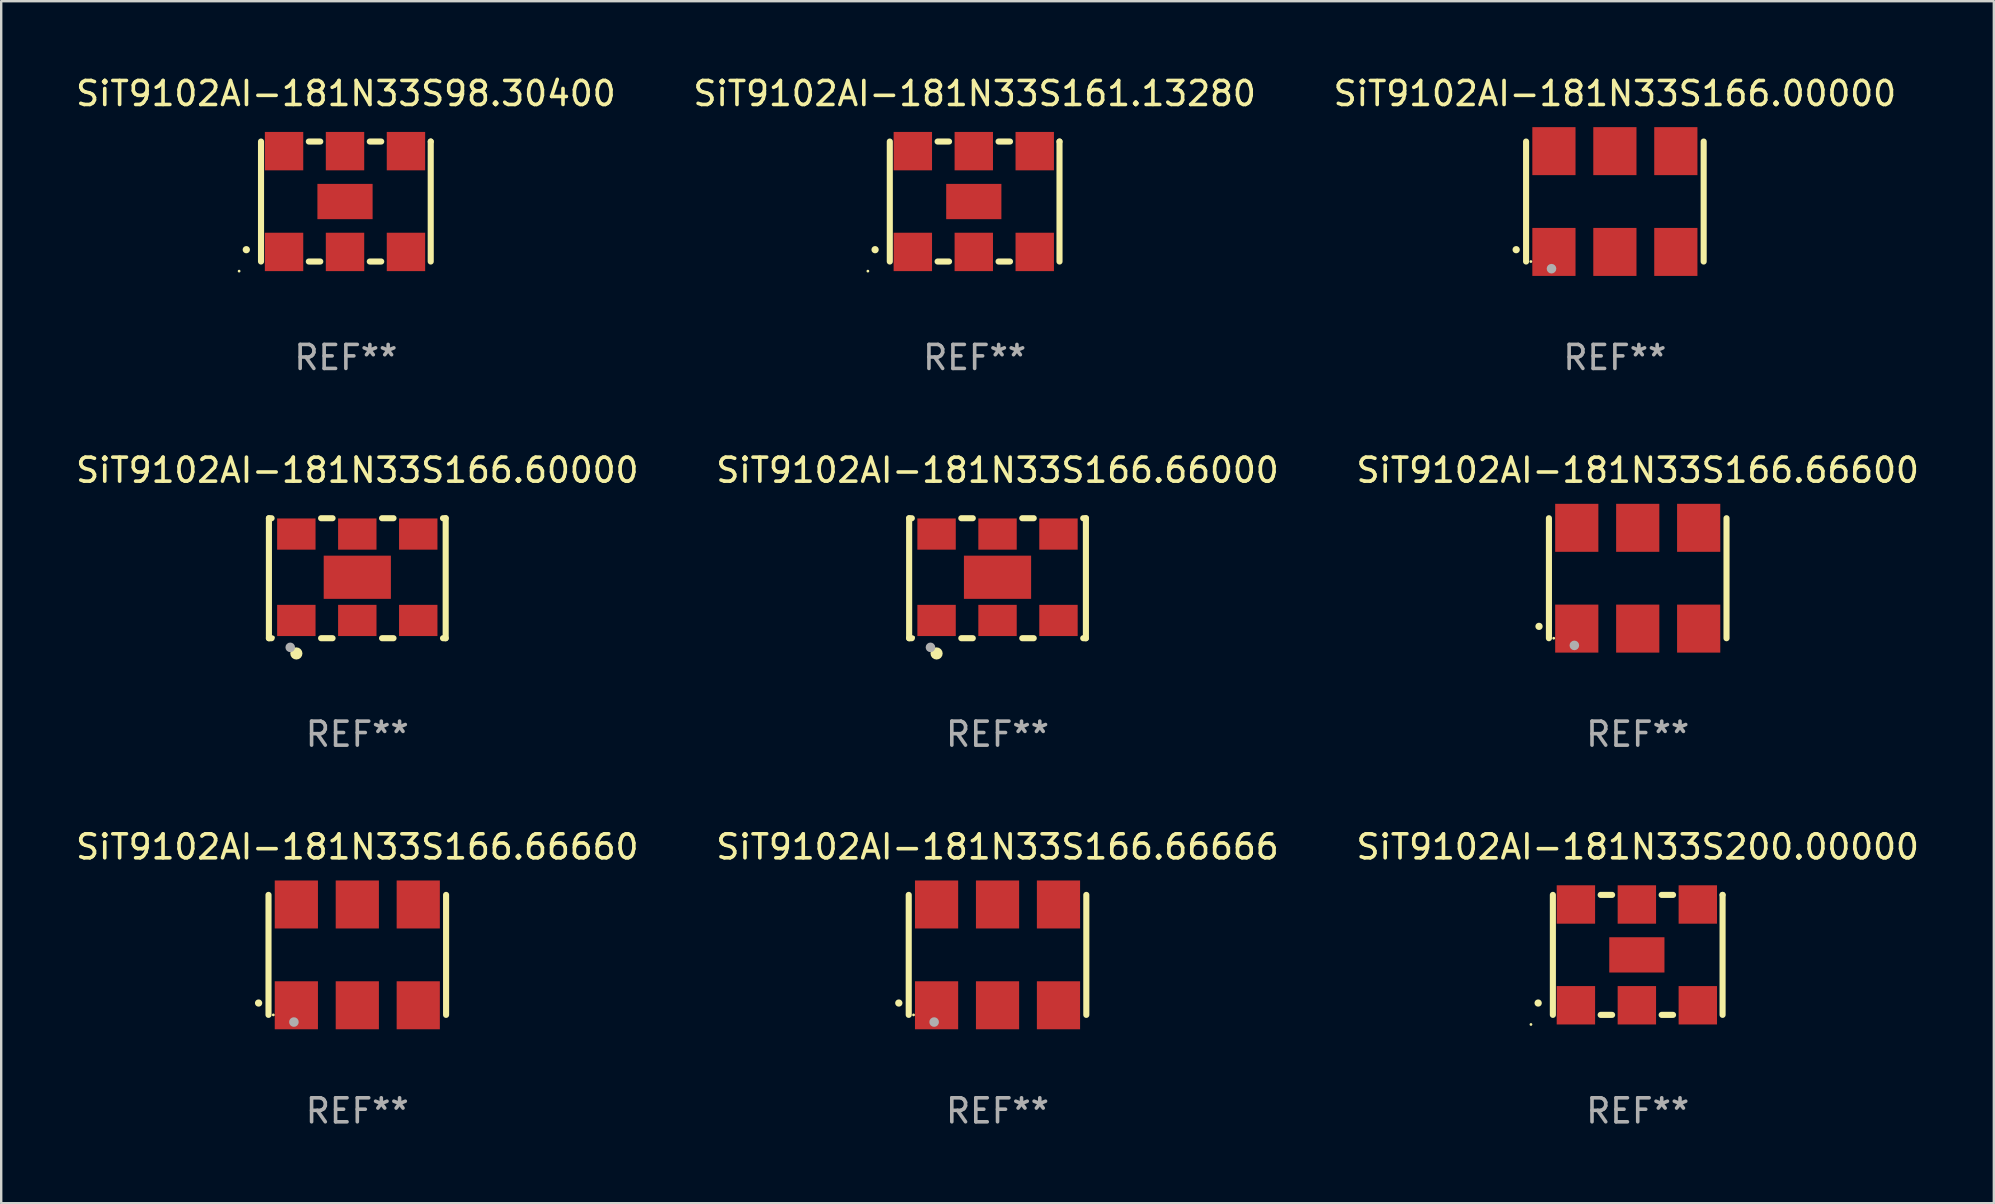
<source format=kicad_pcb>
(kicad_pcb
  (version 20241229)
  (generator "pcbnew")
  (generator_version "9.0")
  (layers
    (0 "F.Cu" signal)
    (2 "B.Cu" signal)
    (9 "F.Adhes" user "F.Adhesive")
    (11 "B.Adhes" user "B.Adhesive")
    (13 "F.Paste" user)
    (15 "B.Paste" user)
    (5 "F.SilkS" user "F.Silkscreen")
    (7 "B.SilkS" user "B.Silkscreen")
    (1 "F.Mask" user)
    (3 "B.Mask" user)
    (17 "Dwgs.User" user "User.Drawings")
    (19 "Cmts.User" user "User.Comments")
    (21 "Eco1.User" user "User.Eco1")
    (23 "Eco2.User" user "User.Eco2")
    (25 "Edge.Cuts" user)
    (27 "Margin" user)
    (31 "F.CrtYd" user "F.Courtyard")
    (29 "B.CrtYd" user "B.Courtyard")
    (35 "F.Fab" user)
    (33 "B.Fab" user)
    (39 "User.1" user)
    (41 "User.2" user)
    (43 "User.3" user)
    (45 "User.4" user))
  (footprint "SiT9102AI-181N33S166.66600"
    (layer "F.Cu")
    (at 65.196 21.045)
    (property "Reference" "SiT9102AI-181N33S166.66600" (at 0 -4.5 0) (layer "F.SilkS") (effects (font (size 1 1) (thickness 0.15))))
    (attr through_hole)
    (fp_line (start -3.7 -2.5) (end -3.7 2.5) (stroke (width 0.254) (type solid)) (layer "F.SilkS"))
    (fp_line (start 3.7 -2.5) (end 3.7 2.5) (stroke (width 0.254) (type solid)) (layer "F.SilkS"))
    (fp_arc (start -4.114415 2.006604) (mid -4.113145 2.006599) (end -4.111875 2.006604) (stroke (width 0.3) (type solid)) (layer "F.SilkS"))
    (fp_circle (center -3.5 2.501) (end -3.47 2.501) (stroke (width 0.06) (type solid)) (fill no) (layer "F.SilkS"))
    (fp_circle (center -2.641 2.799) (end -2.541 2.799) (stroke (width 0.2) (type solid)) (fill no) (layer "F.Fab"))
    (fp_text user "REF**" (at 0 6.5 0) (layer "F.Fab") (effects (font (size 1 1) (thickness 0.15))))
    (pad "1" smd rect (at -2.54 2.1) (size 1.8 2) (layers "F.Cu" "F.Mask" "F.Paste"))
    (pad "2" smd rect (at 0.000394 2.1) (size 1.8 2) (layers "F.Cu" "F.Mask" "F.Paste"))
    (pad "3" smd rect (at 2.54 2.1) (size 1.8 2) (layers "F.Cu" "F.Mask" "F.Paste"))
    (pad "4" smd rect (at 2.54 -2.1) (size 1.8 2) (layers "F.Cu" "F.Mask" "F.Paste"))
    (pad "5" smd rect (at 0.000394 -2.1) (size 1.8 2) (layers "F.Cu" "F.Mask" "F.Paste"))
    (pad "6" smd rect (at -2.54 -2.1) (size 1.8 2) (layers "F.Cu" "F.Mask" "F.Paste")))
  (footprint "SiT9102AI-181N33S166.66000"
    (layer "F.Cu")
    (at 38.518 21.045)
    (property "Reference" "SiT9102AI-181N33S166.66000" (at 0 -4.5 0) (layer "F.SilkS") (effects (font (size 1 1) (thickness 0.15))))
    (attr through_hole)
    (fp_line (start -3.683 -2.5) (end -3.571 -2.5) (stroke (width 0.254) (type solid)) (layer "F.SilkS"))
    (fp_line (start -3.683 2.5) (end -3.683 -2.5) (stroke (width 0.254) (type solid)) (layer "F.SilkS"))
    (fp_line (start -3.683 2.5) (end -3.571 2.5) (stroke (width 0.254) (type solid)) (layer "F.SilkS"))
    (fp_line (start -1.509 -2.5) (end -1.031 -2.5) (stroke (width 0.254) (type solid)) (layer "F.SilkS"))
    (fp_line (start -1.509 2.5) (end -1.031 2.5) (stroke (width 0.254) (type solid)) (layer "F.SilkS"))
    (fp_line (start 1.031 -2.5) (end 1.509 -2.5) (stroke (width 0.254) (type solid)) (layer "F.SilkS"))
    (fp_line (start 1.031 2.5) (end 1.509 2.5) (stroke (width 0.254) (type solid)) (layer "F.SilkS"))
    (fp_line (start 3.571 -2.5) (end 3.683 -2.5) (stroke (width 0.254) (type solid)) (layer "F.SilkS"))
    (fp_line (start 3.571 2.5) (end 3.683 2.5) (stroke (width 0.254) (type solid)) (layer "F.SilkS"))
    (fp_line (start 3.683 2.5) (end 3.683 -2.5) (stroke (width 0.254) (type solid)) (layer "F.SilkS"))
    (fp_circle (center -3.5 2.46) (end -3.47 2.46) (stroke (width 0.06) (type solid)) (fill no) (layer "F.SilkS"))
    (fp_circle (center -2.54 3.135) (end -2.413 3.135) (stroke (width 0.254) (type solid)) (fill no) (layer "F.SilkS"))
    (fp_circle (center -2.794 2.881) (end -2.694 2.881) (stroke (width 0.2) (type solid)) (fill no) (layer "F.Fab"))
    (fp_text user "REF**" (at 0 6.5 0) (layer "F.Fab") (effects (font (size 1 1) (thickness 0.15))))
    (pad "1" smd rect (at -2.54 1.76) (size 1.6 1.3) (layers "F.Cu" "F.Mask" "F.Paste"))
    (pad "2" smd rect (at 0 1.76) (size 1.6 1.3) (layers "F.Cu" "F.Mask" "F.Paste"))
    (pad "3" smd rect (at 2.54 1.76) (size 1.6 1.3) (layers "F.Cu" "F.Mask" "F.Paste"))
    (pad "4" smd rect (at 2.54 -1.84) (size 1.6 1.3) (layers "F.Cu" "F.Mask" "F.Paste"))
    (pad "5" smd rect (at 0 -1.84) (size 1.6 1.3) (layers "F.Cu" "F.Mask" "F.Paste"))
    (pad "6" smd rect (at -2.54 -1.84) (size 1.6 1.3) (layers "F.Cu" "F.Mask" "F.Paste"))
    (pad "7" smd rect (at 0 -0.04) (size 2.8 1.8) (layers "F.Cu" "F.Mask" "F.Paste")))
  (footprint "SiT9102AI-181N33S166.66660"
    (layer "F.Cu")
    (at 11.839 36.741)
    (property "Reference" "SiT9102AI-181N33S166.66660" (at 0 -4.5 0) (layer "F.SilkS") (effects (font (size 1 1) (thickness 0.15))))
    (attr through_hole)
    (fp_line (start -3.7 -2.5) (end -3.7 2.5) (stroke (width 0.254) (type solid)) (layer "F.SilkS"))
    (fp_line (start 3.7 -2.5) (end 3.7 2.5) (stroke (width 0.254) (type solid)) (layer "F.SilkS"))
    (fp_arc (start -4.114415 2.006604) (mid -4.113145 2.006599) (end -4.111875 2.006604) (stroke (width 0.3) (type solid)) (layer "F.SilkS"))
    (fp_circle (center -3.5 2.501) (end -3.47 2.501) (stroke (width 0.06) (type solid)) (fill no) (layer "F.SilkS"))
    (fp_circle (center -2.641 2.799) (end -2.541 2.799) (stroke (width 0.2) (type solid)) (fill no) (layer "F.Fab"))
    (fp_text user "REF**" (at 0 6.5 0) (layer "F.Fab") (effects (font (size 1 1) (thickness 0.15))))
    (pad "1" smd rect (at -2.54 2.1) (size 1.8 2) (layers "F.Cu" "F.Mask" "F.Paste"))
    (pad "2" smd rect (at 0.000394 2.1) (size 1.8 2) (layers "F.Cu" "F.Mask" "F.Paste"))
    (pad "3" smd rect (at 2.54 2.1) (size 1.8 2) (layers "F.Cu" "F.Mask" "F.Paste"))
    (pad "4" smd rect (at 2.54 -2.1) (size 1.8 2) (layers "F.Cu" "F.Mask" "F.Paste"))
    (pad "5" smd rect (at 0.000394 -2.1) (size 1.8 2) (layers "F.Cu" "F.Mask" "F.Paste"))
    (pad "6" smd rect (at -2.54 -2.1) (size 1.8 2) (layers "F.Cu" "F.Mask" "F.Paste")))
  (footprint "SiT9102AI-181N33S166.60000"
    (layer "F.Cu")
    (at 11.839 21.045)
    (property "Reference" "SiT9102AI-181N33S166.60000" (at 0 -4.5 0) (layer "F.SilkS") (effects (font (size 1 1) (thickness 0.15))))
    (attr through_hole)
    (fp_line (start -3.683 -2.5) (end -3.571 -2.5) (stroke (width 0.254) (type solid)) (layer "F.SilkS"))
    (fp_line (start -3.683 2.5) (end -3.683 -2.5) (stroke (width 0.254) (type solid)) (layer "F.SilkS"))
    (fp_line (start -3.683 2.5) (end -3.571 2.5) (stroke (width 0.254) (type solid)) (layer "F.SilkS"))
    (fp_line (start -1.509 -2.5) (end -1.031 -2.5) (stroke (width 0.254) (type solid)) (layer "F.SilkS"))
    (fp_line (start -1.509 2.5) (end -1.031 2.5) (stroke (width 0.254) (type solid)) (layer "F.SilkS"))
    (fp_line (start 1.031 -2.5) (end 1.509 -2.5) (stroke (width 0.254) (type solid)) (layer "F.SilkS"))
    (fp_line (start 1.031 2.5) (end 1.509 2.5) (stroke (width 0.254) (type solid)) (layer "F.SilkS"))
    (fp_line (start 3.571 -2.5) (end 3.683 -2.5) (stroke (width 0.254) (type solid)) (layer "F.SilkS"))
    (fp_line (start 3.571 2.5) (end 3.683 2.5) (stroke (width 0.254) (type solid)) (layer "F.SilkS"))
    (fp_line (start 3.683 2.5) (end 3.683 -2.5) (stroke (width 0.254) (type solid)) (layer "F.SilkS"))
    (fp_circle (center -3.5 2.46) (end -3.47 2.46) (stroke (width 0.06) (type solid)) (fill no) (layer "F.SilkS"))
    (fp_circle (center -2.54 3.135) (end -2.413 3.135) (stroke (width 0.254) (type solid)) (fill no) (layer "F.SilkS"))
    (fp_circle (center -2.794 2.881) (end -2.694 2.881) (stroke (width 0.2) (type solid)) (fill no) (layer "F.Fab"))
    (fp_text user "REF**" (at 0 6.5 0) (layer "F.Fab") (effects (font (size 1 1) (thickness 0.15))))
    (pad "1" smd rect (at -2.54 1.76) (size 1.6 1.3) (layers "F.Cu" "F.Mask" "F.Paste"))
    (pad "2" smd rect (at 0 1.76) (size 1.6 1.3) (layers "F.Cu" "F.Mask" "F.Paste"))
    (pad "3" smd rect (at 2.54 1.76) (size 1.6 1.3) (layers "F.Cu" "F.Mask" "F.Paste"))
    (pad "4" smd rect (at 2.54 -1.84) (size 1.6 1.3) (layers "F.Cu" "F.Mask" "F.Paste"))
    (pad "5" smd rect (at 0 -1.84) (size 1.6 1.3) (layers "F.Cu" "F.Mask" "F.Paste"))
    (pad "6" smd rect (at -2.54 -1.84) (size 1.6 1.3) (layers "F.Cu" "F.Mask" "F.Paste"))
    (pad "7" smd rect (at 0 -0.04) (size 2.8 1.8) (layers "F.Cu" "F.Mask" "F.Paste")))
  (footprint "SiT9102AI-181N33S166.00000"
    (layer "F.Cu")
    (at 64.244 5.348)
    (property "Reference" "SiT9102AI-181N33S166.00000" (at 0 -4.5 0) (layer "F.SilkS") (effects (font (size 1 1) (thickness 0.15))))
    (attr through_hole)
    (fp_line (start -3.7 -2.5) (end -3.7 2.5) (stroke (width 0.254) (type solid)) (layer "F.SilkS"))
    (fp_line (start 3.7 -2.5) (end 3.7 2.5) (stroke (width 0.254) (type solid)) (layer "F.SilkS"))
    (fp_arc (start -4.114415 2.006604) (mid -4.113145 2.006599) (end -4.111875 2.006604) (stroke (width 0.3) (type solid)) (layer "F.SilkS"))
    (fp_circle (center -3.5 2.501) (end -3.47 2.501) (stroke (width 0.06) (type solid)) (fill no) (layer "F.SilkS"))
    (fp_circle (center -2.641 2.799) (end -2.541 2.799) (stroke (width 0.2) (type solid)) (fill no) (layer "F.Fab"))
    (fp_text user "REF**" (at 0 6.5 0) (layer "F.Fab") (effects (font (size 1 1) (thickness 0.15))))
    (pad "1" smd rect (at -2.54 2.1) (size 1.8 2) (layers "F.Cu" "F.Mask" "F.Paste"))
    (pad "2" smd rect (at 0.000394 2.1) (size 1.8 2) (layers "F.Cu" "F.Mask" "F.Paste"))
    (pad "3" smd rect (at 2.54 2.1) (size 1.8 2) (layers "F.Cu" "F.Mask" "F.Paste"))
    (pad "4" smd rect (at 2.54 -2.1) (size 1.8 2) (layers "F.Cu" "F.Mask" "F.Paste"))
    (pad "5" smd rect (at 0.000394 -2.1) (size 1.8 2) (layers "F.Cu" "F.Mask" "F.Paste"))
    (pad "6" smd rect (at -2.54 -2.1) (size 1.8 2) (layers "F.Cu" "F.Mask" "F.Paste")))
  (footprint "SiT9102AI-181N33S98.30400"
    (layer "F.Cu")
    (at 11.363 5.348)
    (property "Reference" "SiT9102AI-181N33S98.30400" (at 0 -4.5 0) (layer "F.SilkS") (effects (font (size 1 1) (thickness 0.15))))
    (attr through_hole)
    (fp_line (start -3.536 -2.5) (end -3.536 2.5) (stroke (width 0.254) (type solid)) (layer "F.SilkS"))
    (fp_line (start -1.544 2.5) (end -1.067 2.5) (stroke (width 0.254) (type solid)) (layer "F.SilkS"))
    (fp_line (start -1.067 -2.5) (end -1.544 -2.5) (stroke (width 0.254) (type solid)) (layer "F.SilkS"))
    (fp_line (start 0.996 2.5) (end 1.473 2.5) (stroke (width 0.254) (type solid)) (layer "F.SilkS"))
    (fp_line (start 1.473 -2.5) (end 0.996 -2.5) (stroke (width 0.254) (type solid)) (layer "F.SilkS"))
    (fp_line (start 3.536 -2.5) (end 3.536 -2.5) (stroke (width 0.254) (type solid)) (layer "F.SilkS"))
    (fp_line (start 3.536 2.5) (end 3.536 -2.5) (stroke (width 0.254) (type solid)) (layer "F.SilkS"))
    (fp_arc (start -4.150432 2.006604) (mid -4.149162 2.006599) (end -4.147892 2.006604) (stroke (width 0.3) (type solid)) (layer "F.SilkS"))
    (fp_circle (center -4.449 2.9) (end -4.419 2.9) (stroke (width 0.06) (type solid)) (fill no) (layer "F.SilkS"))
    (fp_text user "REF**" (at 0 6.5 0) (layer "F.Fab") (effects (font (size 1 1) (thickness 0.15))))
    (pad "1" smd rect (at -2.576 2.1) (size 1.6 1.6) (layers "F.Cu" "F.Mask" "F.Paste"))
    (pad "2" smd rect (at -0.036 2.1) (size 1.6 1.6) (layers "F.Cu" "F.Mask" "F.Paste"))
    (pad "3" smd rect (at 2.504 2.1) (size 1.6 1.6) (layers "F.Cu" "F.Mask" "F.Paste"))
    (pad "4" smd rect (at 2.504 -2.1) (size 1.6 1.6) (layers "F.Cu" "F.Mask" "F.Paste"))
    (pad "5" smd rect (at -0.036 -2.1) (size 1.6 1.6) (layers "F.Cu" "F.Mask" "F.Paste"))
    (pad "6" smd rect (at -2.576 -2.1) (size 1.6 1.6) (layers "F.Cu" "F.Mask" "F.Paste"))
    (pad "7" smd rect (at -0.036 0) (size 2.3 1.47) (layers "F.Cu" "F.Mask" "F.Paste")))
  (footprint "SiT9102AI-181N33S166.66666"
    (layer "F.Cu")
    (at 38.518 36.741)
    (property "Reference" "SiT9102AI-181N33S166.66666" (at 0 -4.5 0) (layer "F.SilkS") (effects (font (size 1 1) (thickness 0.15))))
    (attr through_hole)
    (fp_line (start -3.7 -2.5) (end -3.7 2.5) (stroke (width 0.254) (type solid)) (layer "F.SilkS"))
    (fp_line (start 3.7 -2.5) (end 3.7 2.5) (stroke (width 0.254) (type solid)) (layer "F.SilkS"))
    (fp_arc (start -4.114415 2.006604) (mid -4.113145 2.006599) (end -4.111875 2.006604) (stroke (width 0.3) (type solid)) (layer "F.SilkS"))
    (fp_circle (center -3.5 2.501) (end -3.47 2.501) (stroke (width 0.06) (type solid)) (fill no) (layer "F.SilkS"))
    (fp_circle (center -2.641 2.799) (end -2.541 2.799) (stroke (width 0.2) (type solid)) (fill no) (layer "F.Fab"))
    (fp_text user "REF**" (at 0 6.5 0) (layer "F.Fab") (effects (font (size 1 1) (thickness 0.15))))
    (pad "1" smd rect (at -2.54 2.1) (size 1.8 2) (layers "F.Cu" "F.Mask" "F.Paste"))
    (pad "2" smd rect (at 0.000394 2.1) (size 1.8 2) (layers "F.Cu" "F.Mask" "F.Paste"))
    (pad "3" smd rect (at 2.54 2.1) (size 1.8 2) (layers "F.Cu" "F.Mask" "F.Paste"))
    (pad "4" smd rect (at 2.54 -2.1) (size 1.8 2) (layers "F.Cu" "F.Mask" "F.Paste"))
    (pad "5" smd rect (at 0.000394 -2.1) (size 1.8 2) (layers "F.Cu" "F.Mask" "F.Paste"))
    (pad "6" smd rect (at -2.54 -2.1) (size 1.8 2) (layers "F.Cu" "F.Mask" "F.Paste")))
  (footprint "SiT9102AI-181N33S200.00000"
    (layer "F.Cu")
    (at 65.196 36.741)
    (property "Reference" "SiT9102AI-181N33S200.00000" (at 0 -4.5 0) (layer "F.SilkS") (effects (font (size 1 1) (thickness 0.15))))
    (attr through_hole)
    (fp_line (start -3.536 -2.5) (end -3.536 2.5) (stroke (width 0.254) (type solid)) (layer "F.SilkS"))
    (fp_line (start -1.544 2.5) (end -1.067 2.5) (stroke (width 0.254) (type solid)) (layer "F.SilkS"))
    (fp_line (start -1.067 -2.5) (end -1.544 -2.5) (stroke (width 0.254) (type solid)) (layer "F.SilkS"))
    (fp_line (start 0.996 2.5) (end 1.473 2.5) (stroke (width 0.254) (type solid)) (layer "F.SilkS"))
    (fp_line (start 1.473 -2.5) (end 0.996 -2.5) (stroke (width 0.254) (type solid)) (layer "F.SilkS"))
    (fp_line (start 3.536 -2.5) (end 3.536 -2.5) (stroke (width 0.254) (type solid)) (layer "F.SilkS"))
    (fp_line (start 3.536 2.5) (end 3.536 -2.5) (stroke (width 0.254) (type solid)) (layer "F.SilkS"))
    (fp_arc (start -4.150432 2.006604) (mid -4.149162 2.006599) (end -4.147892 2.006604) (stroke (width 0.3) (type solid)) (layer "F.SilkS"))
    (fp_circle (center -4.449 2.9) (end -4.419 2.9) (stroke (width 0.06) (type solid)) (fill no) (layer "F.SilkS"))
    (fp_text user "REF**" (at 0 6.5 0) (layer "F.Fab") (effects (font (size 1 1) (thickness 0.15))))
    (pad "1" smd rect (at -2.576 2.1) (size 1.6 1.6) (layers "F.Cu" "F.Mask" "F.Paste"))
    (pad "2" smd rect (at -0.036 2.1) (size 1.6 1.6) (layers "F.Cu" "F.Mask" "F.Paste"))
    (pad "3" smd rect (at 2.504 2.1) (size 1.6 1.6) (layers "F.Cu" "F.Mask" "F.Paste"))
    (pad "4" smd rect (at 2.504 -2.1) (size 1.6 1.6) (layers "F.Cu" "F.Mask" "F.Paste"))
    (pad "5" smd rect (at -0.036 -2.1) (size 1.6 1.6) (layers "F.Cu" "F.Mask" "F.Paste"))
    (pad "6" smd rect (at -2.576 -2.1) (size 1.6 1.6) (layers "F.Cu" "F.Mask" "F.Paste"))
    (pad "7" smd rect (at -0.036 0) (size 2.3 1.47) (layers "F.Cu" "F.Mask" "F.Paste")))
  (footprint "SiT9102AI-181N33S161.13280"
    (layer "F.Cu")
    (at 37.565 5.348)
    (property "Reference" "SiT9102AI-181N33S161.13280" (at 0 -4.5 0) (layer "F.SilkS") (effects (font (size 1 1) (thickness 0.15))))
    (attr through_hole)
    (fp_line (start -3.536 -2.5) (end -3.536 2.5) (stroke (width 0.254) (type solid)) (layer "F.SilkS"))
    (fp_line (start -1.544 2.5) (end -1.067 2.5) (stroke (width 0.254) (type solid)) (layer "F.SilkS"))
    (fp_line (start -1.067 -2.5) (end -1.544 -2.5) (stroke (width 0.254) (type solid)) (layer "F.SilkS"))
    (fp_line (start 0.996 2.5) (end 1.473 2.5) (stroke (width 0.254) (type solid)) (layer "F.SilkS"))
    (fp_line (start 1.473 -2.5) (end 0.996 -2.5) (stroke (width 0.254) (type solid)) (layer "F.SilkS"))
    (fp_line (start 3.536 -2.5) (end 3.536 -2.5) (stroke (width 0.254) (type solid)) (layer "F.SilkS"))
    (fp_line (start 3.536 2.5) (end 3.536 -2.5) (stroke (width 0.254) (type solid)) (layer "F.SilkS"))
    (fp_arc (start -4.150432 2.006604) (mid -4.149162 2.006599) (end -4.147892 2.006604) (stroke (width 0.3) (type solid)) (layer "F.SilkS"))
    (fp_circle (center -4.449 2.9) (end -4.419 2.9) (stroke (width 0.06) (type solid)) (fill no) (layer "F.SilkS"))
    (fp_text user "REF**" (at 0 6.5 0) (layer "F.Fab") (effects (font (size 1 1) (thickness 0.15))))
    (pad "1" smd rect (at -2.576 2.1) (size 1.6 1.6) (layers "F.Cu" "F.Mask" "F.Paste"))
    (pad "2" smd rect (at -0.036 2.1) (size 1.6 1.6) (layers "F.Cu" "F.Mask" "F.Paste"))
    (pad "3" smd rect (at 2.504 2.1) (size 1.6 1.6) (layers "F.Cu" "F.Mask" "F.Paste"))
    (pad "4" smd rect (at 2.504 -2.1) (size 1.6 1.6) (layers "F.Cu" "F.Mask" "F.Paste"))
    (pad "5" smd rect (at -0.036 -2.1) (size 1.6 1.6) (layers "F.Cu" "F.Mask" "F.Paste"))
    (pad "6" smd rect (at -2.576 -2.1) (size 1.6 1.6) (layers "F.Cu" "F.Mask" "F.Paste"))
    (pad "7" smd rect (at -0.036 0) (size 2.3 1.47) (layers "F.Cu" "F.Mask" "F.Paste")))
  (gr_rect
    (start -3 -3)
    (end 80.036 47.09)
    (stroke (width 0.1) (type default))
    (fill no)
    (layer "Edge.Cuts")))
</source>
